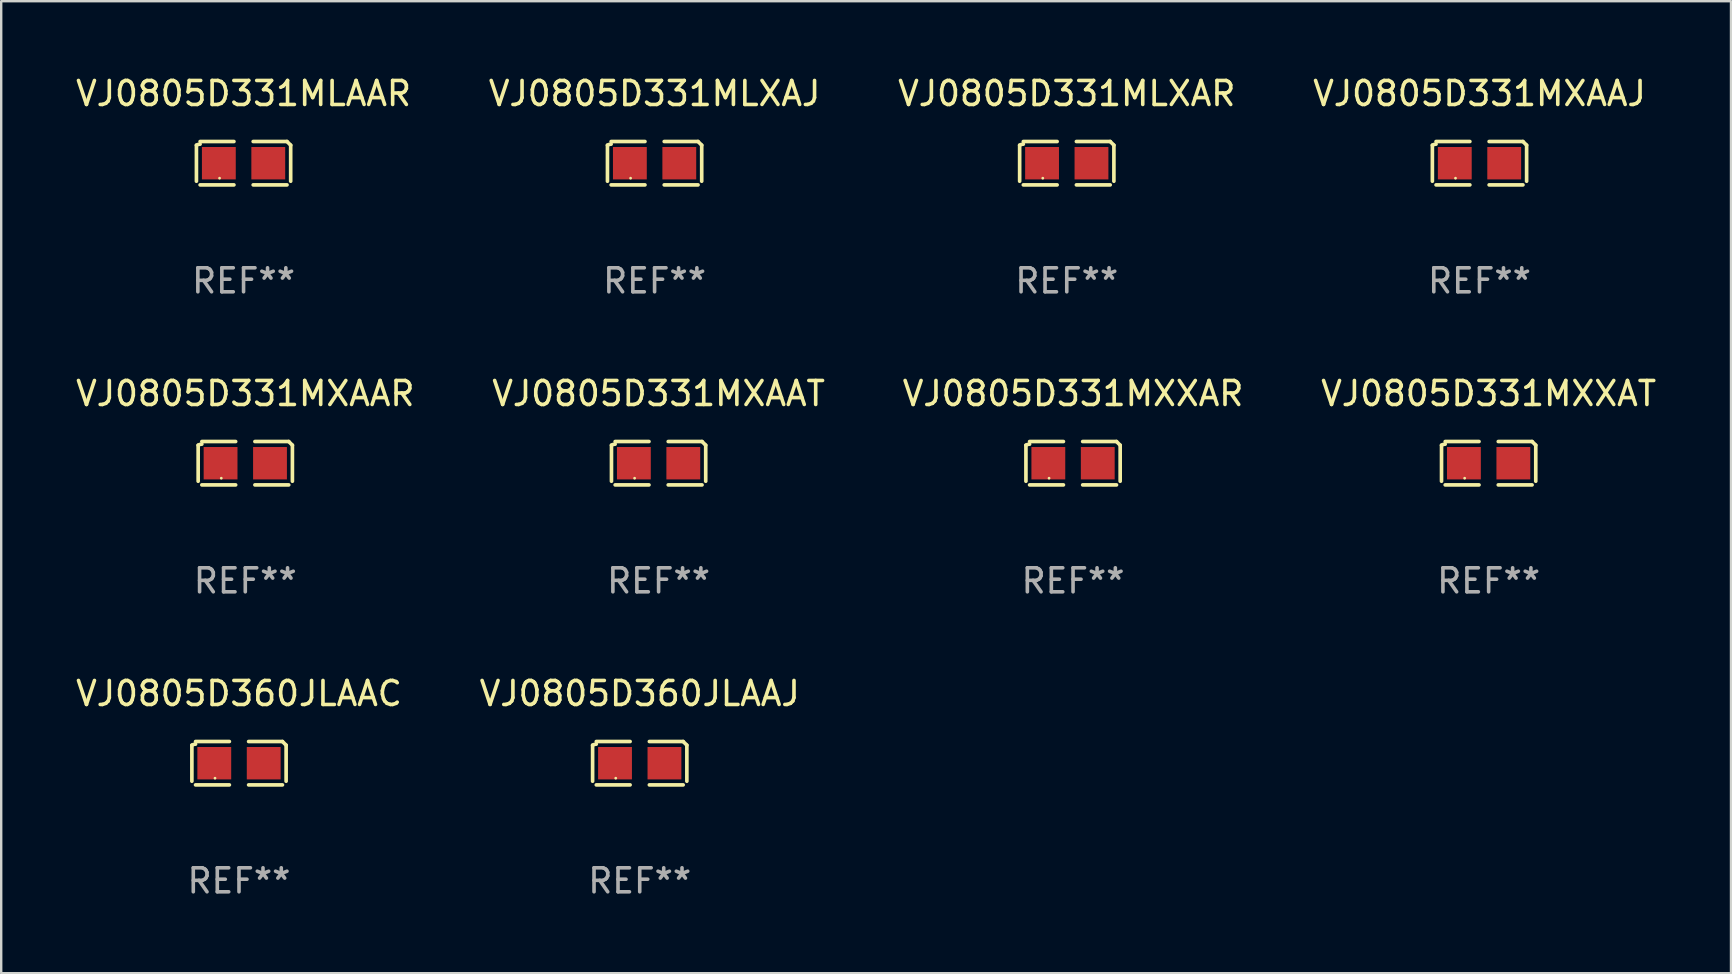
<source format=kicad_pcb>
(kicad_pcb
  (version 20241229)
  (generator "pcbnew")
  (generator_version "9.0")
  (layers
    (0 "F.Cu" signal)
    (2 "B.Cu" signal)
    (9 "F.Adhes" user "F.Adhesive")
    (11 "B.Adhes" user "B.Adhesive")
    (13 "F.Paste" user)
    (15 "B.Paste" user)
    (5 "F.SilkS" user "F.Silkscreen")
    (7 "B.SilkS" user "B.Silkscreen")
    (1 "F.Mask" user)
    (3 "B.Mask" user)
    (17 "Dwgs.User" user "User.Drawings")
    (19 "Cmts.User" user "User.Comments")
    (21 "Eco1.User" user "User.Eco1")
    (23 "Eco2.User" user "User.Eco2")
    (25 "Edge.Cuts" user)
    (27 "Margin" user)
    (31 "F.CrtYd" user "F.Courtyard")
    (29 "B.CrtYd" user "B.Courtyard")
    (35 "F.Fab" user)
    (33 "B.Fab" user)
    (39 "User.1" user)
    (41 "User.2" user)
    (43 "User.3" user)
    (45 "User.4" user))
  (footprint "VJ0805D331MXXAR"
    (layer "F.Cu")
    (at 41.673 16.256)
    (property "Reference" "VJ0805D331MXXAR" (at 0 -2.904 0) (layer "F.SilkS") (effects (font (size 1 1) (thickness 0.15))))
    (attr through_hole)
    (fp_line (start -1.964 0.751) (end -1.964 -0.751) (stroke (width 0.152) (type solid)) (layer "F.SilkS"))
    (fp_line (start -1.811 -0.904) (end -0.401 -0.904) (stroke (width 0.152) (type solid)) (layer "F.SilkS"))
    (fp_line (start -0.401 0.904) (end -1.811 0.904) (stroke (width 0.152) (type solid)) (layer "F.SilkS"))
    (fp_line (start 0.401 0.904) (end 1.811 0.904) (stroke (width 0.152) (type solid)) (layer "F.SilkS"))
    (fp_line (start 1.811 -0.904) (end 0.401 -0.904) (stroke (width 0.152) (type solid)) (layer "F.SilkS"))
    (fp_line (start 1.964 0.751) (end 1.964 -0.751) (stroke (width 0.152) (type solid)) (layer "F.SilkS"))
    (fp_arc (start -1.963602 -0.751207) (mid -1.890354 -0.783131) (end -1.811201 -0.794044) (stroke (width 0.1524) (type solid)) (layer "F.SilkS"))
    (fp_arc (start 1.811202 -0.903607) (mid 1.887413 -0.827418) (end 1.963602 -0.751207) (stroke (width 0.1524) (type solid)) (layer "F.SilkS"))
    (fp_circle (center -1 0.625) (end -0.97 0.625) (stroke (width 0.06) (type solid)) (fill no) (layer "F.SilkS"))
    (fp_text user "REF**" (at 0 4.904 0) (layer "F.Fab") (effects (font (size 1 1) (thickness 0.15))))
    (pad "1" smd rect (at -1.03 0) (size 1.41 1.35) (layers "F.Cu" "F.Mask" "F.Paste"))
    (pad "2" smd rect (at 1.03 0) (size 1.41 1.35) (layers "F.Cu" "F.Mask" "F.Paste")))
  (footprint "VJ0805D331MLXAR"
    (layer "F.Cu")
    (at 41.411 3.752)
    (property "Reference" "VJ0805D331MLXAR" (at 0 -2.904 0) (layer "F.SilkS") (effects (font (size 1 1) (thickness 0.15))))
    (attr through_hole)
    (fp_line (start -1.964 0.751) (end -1.964 -0.751) (stroke (width 0.152) (type solid)) (layer "F.SilkS"))
    (fp_line (start -1.811 -0.904) (end -0.401 -0.904) (stroke (width 0.152) (type solid)) (layer "F.SilkS"))
    (fp_line (start -0.401 0.904) (end -1.811 0.904) (stroke (width 0.152) (type solid)) (layer "F.SilkS"))
    (fp_line (start 0.401 0.904) (end 1.811 0.904) (stroke (width 0.152) (type solid)) (layer "F.SilkS"))
    (fp_line (start 1.811 -0.904) (end 0.401 -0.904) (stroke (width 0.152) (type solid)) (layer "F.SilkS"))
    (fp_line (start 1.964 0.751) (end 1.964 -0.751) (stroke (width 0.152) (type solid)) (layer "F.SilkS"))
    (fp_arc (start -1.963602 -0.751207) (mid -1.890354 -0.783131) (end -1.811201 -0.794044) (stroke (width 0.1524) (type solid)) (layer "F.SilkS"))
    (fp_arc (start 1.811202 -0.903607) (mid 1.887413 -0.827418) (end 1.963602 -0.751207) (stroke (width 0.1524) (type solid)) (layer "F.SilkS"))
    (fp_circle (center -1 0.625) (end -0.97 0.625) (stroke (width 0.06) (type solid)) (fill no) (layer "F.SilkS"))
    (fp_text user "REF**" (at 0 4.904 0) (layer "F.Fab") (effects (font (size 1 1) (thickness 0.15))))
    (pad "1" smd rect (at -1.03 0) (size 1.41 1.35) (layers "F.Cu" "F.Mask" "F.Paste"))
    (pad "2" smd rect (at 1.03 0) (size 1.41 1.35) (layers "F.Cu" "F.Mask" "F.Paste")))
  (footprint "VJ0805D331MXAAJ"
    (layer "F.Cu")
    (at 58.613 3.752)
    (property "Reference" "VJ0805D331MXAAJ" (at 0 -2.904 0) (layer "F.SilkS") (effects (font (size 1 1) (thickness 0.15))))
    (attr through_hole)
    (fp_line (start -1.964 0.751) (end -1.964 -0.751) (stroke (width 0.152) (type solid)) (layer "F.SilkS"))
    (fp_line (start -1.811 -0.904) (end -0.401 -0.904) (stroke (width 0.152) (type solid)) (layer "F.SilkS"))
    (fp_line (start -0.401 0.904) (end -1.811 0.904) (stroke (width 0.152) (type solid)) (layer "F.SilkS"))
    (fp_line (start 0.401 0.904) (end 1.811 0.904) (stroke (width 0.152) (type solid)) (layer "F.SilkS"))
    (fp_line (start 1.811 -0.904) (end 0.401 -0.904) (stroke (width 0.152) (type solid)) (layer "F.SilkS"))
    (fp_line (start 1.964 0.751) (end 1.964 -0.751) (stroke (width 0.152) (type solid)) (layer "F.SilkS"))
    (fp_arc (start -1.963602 -0.751207) (mid -1.890354 -0.783131) (end -1.811201 -0.794044) (stroke (width 0.1524) (type solid)) (layer "F.SilkS"))
    (fp_arc (start 1.811202 -0.903607) (mid 1.887413 -0.827418) (end 1.963602 -0.751207) (stroke (width 0.1524) (type solid)) (layer "F.SilkS"))
    (fp_circle (center -1 0.625) (end -0.97 0.625) (stroke (width 0.06) (type solid)) (fill no) (layer "F.SilkS"))
    (fp_text user "REF**" (at 0 4.904 0) (layer "F.Fab") (effects (font (size 1 1) (thickness 0.15))))
    (pad "1" smd rect (at -1.03 0) (size 1.41 1.35) (layers "F.Cu" "F.Mask" "F.Paste"))
    (pad "2" smd rect (at 1.03 0) (size 1.41 1.35) (layers "F.Cu" "F.Mask" "F.Paste")))
  (footprint "VJ0805D331MXXAT"
    (layer "F.Cu")
    (at 58.994 16.256)
    (property "Reference" "VJ0805D331MXXAT" (at 0 -2.904 0) (layer "F.SilkS") (effects (font (size 1 1) (thickness 0.15))))
    (attr through_hole)
    (fp_line (start -1.964 0.751) (end -1.964 -0.751) (stroke (width 0.152) (type solid)) (layer "F.SilkS"))
    (fp_line (start -1.811 -0.904) (end -0.401 -0.904) (stroke (width 0.152) (type solid)) (layer "F.SilkS"))
    (fp_line (start -0.401 0.904) (end -1.811 0.904) (stroke (width 0.152) (type solid)) (layer "F.SilkS"))
    (fp_line (start 0.401 0.904) (end 1.811 0.904) (stroke (width 0.152) (type solid)) (layer "F.SilkS"))
    (fp_line (start 1.811 -0.904) (end 0.401 -0.904) (stroke (width 0.152) (type solid)) (layer "F.SilkS"))
    (fp_line (start 1.964 0.751) (end 1.964 -0.751) (stroke (width 0.152) (type solid)) (layer "F.SilkS"))
    (fp_arc (start -1.963602 -0.751207) (mid -1.890354 -0.783131) (end -1.811201 -0.794044) (stroke (width 0.1524) (type solid)) (layer "F.SilkS"))
    (fp_arc (start 1.811202 -0.903607) (mid 1.887413 -0.827418) (end 1.963602 -0.751207) (stroke (width 0.1524) (type solid)) (layer "F.SilkS"))
    (fp_circle (center -1 0.625) (end -0.97 0.625) (stroke (width 0.06) (type solid)) (fill no) (layer "F.SilkS"))
    (fp_text user "REF**" (at 0 4.904 0) (layer "F.Fab") (effects (font (size 1 1) (thickness 0.15))))
    (pad "1" smd rect (at -1.03 0) (size 1.41 1.35) (layers "F.Cu" "F.Mask" "F.Paste"))
    (pad "2" smd rect (at 1.03 0) (size 1.41 1.35) (layers "F.Cu" "F.Mask" "F.Paste")))
  (footprint "VJ0805D331MXAAR"
    (layer "F.Cu")
    (at 7.173 16.256)
    (property "Reference" "VJ0805D331MXAAR" (at 0 -2.904 0) (layer "F.SilkS") (effects (font (size 1 1) (thickness 0.15))))
    (attr through_hole)
    (fp_line (start -1.964 0.751) (end -1.964 -0.751) (stroke (width 0.152) (type solid)) (layer "F.SilkS"))
    (fp_line (start -1.811 -0.904) (end -0.401 -0.904) (stroke (width 0.152) (type solid)) (layer "F.SilkS"))
    (fp_line (start -0.401 0.904) (end -1.811 0.904) (stroke (width 0.152) (type solid)) (layer "F.SilkS"))
    (fp_line (start 0.401 0.904) (end 1.811 0.904) (stroke (width 0.152) (type solid)) (layer "F.SilkS"))
    (fp_line (start 1.811 -0.904) (end 0.401 -0.904) (stroke (width 0.152) (type solid)) (layer "F.SilkS"))
    (fp_line (start 1.964 0.751) (end 1.964 -0.751) (stroke (width 0.152) (type solid)) (layer "F.SilkS"))
    (fp_arc (start -1.963602 -0.751207) (mid -1.890354 -0.783131) (end -1.811201 -0.794044) (stroke (width 0.1524) (type solid)) (layer "F.SilkS"))
    (fp_arc (start 1.811202 -0.903607) (mid 1.887413 -0.827418) (end 1.963602 -0.751207) (stroke (width 0.1524) (type solid)) (layer "F.SilkS"))
    (fp_circle (center -1 0.625) (end -0.97 0.625) (stroke (width 0.06) (type solid)) (fill no) (layer "F.SilkS"))
    (fp_text user "REF**" (at 0 4.904 0) (layer "F.Fab") (effects (font (size 1 1) (thickness 0.15))))
    (pad "1" smd rect (at -1.03 0) (size 1.41 1.35) (layers "F.Cu" "F.Mask" "F.Paste"))
    (pad "2" smd rect (at 1.03 0) (size 1.41 1.35) (layers "F.Cu" "F.Mask" "F.Paste")))
  (footprint "VJ0805D360JLAAJ"
    (layer "F.Cu")
    (at 23.613 28.759)
    (property "Reference" "VJ0805D360JLAAJ" (at 0 -2.904 0) (layer "F.SilkS") (effects (font (size 1 1) (thickness 0.15))))
    (attr through_hole)
    (fp_line (start -1.964 0.751) (end -1.964 -0.751) (stroke (width 0.152) (type solid)) (layer "F.SilkS"))
    (fp_line (start -1.811 -0.904) (end -0.401 -0.904) (stroke (width 0.152) (type solid)) (layer "F.SilkS"))
    (fp_line (start -0.401 0.904) (end -1.811 0.904) (stroke (width 0.152) (type solid)) (layer "F.SilkS"))
    (fp_line (start 0.401 0.904) (end 1.811 0.904) (stroke (width 0.152) (type solid)) (layer "F.SilkS"))
    (fp_line (start 1.811 -0.904) (end 0.401 -0.904) (stroke (width 0.152) (type solid)) (layer "F.SilkS"))
    (fp_line (start 1.964 0.751) (end 1.964 -0.751) (stroke (width 0.152) (type solid)) (layer "F.SilkS"))
    (fp_arc (start -1.963602 -0.751207) (mid -1.890354 -0.783131) (end -1.811201 -0.794044) (stroke (width 0.1524) (type solid)) (layer "F.SilkS"))
    (fp_arc (start 1.811202 -0.903607) (mid 1.887413 -0.827418) (end 1.963602 -0.751207) (stroke (width 0.1524) (type solid)) (layer "F.SilkS"))
    (fp_circle (center -1 0.625) (end -0.97 0.625) (stroke (width 0.06) (type solid)) (fill no) (layer "F.SilkS"))
    (fp_text user "REF**" (at 0 4.904 0) (layer "F.Fab") (effects (font (size 1 1) (thickness 0.15))))
    (pad "1" smd rect (at -1.03 0) (size 1.41 1.35) (layers "F.Cu" "F.Mask" "F.Paste"))
    (pad "2" smd rect (at 1.03 0) (size 1.41 1.35) (layers "F.Cu" "F.Mask" "F.Paste")))
  (footprint "VJ0805D331MXAAT"
    (layer "F.Cu")
    (at 24.399 16.256)
    (property "Reference" "VJ0805D331MXAAT" (at 0 -2.904 0) (layer "F.SilkS") (effects (font (size 1 1) (thickness 0.15))))
    (attr through_hole)
    (fp_line (start -1.964 0.751) (end -1.964 -0.751) (stroke (width 0.152) (type solid)) (layer "F.SilkS"))
    (fp_line (start -1.811 -0.904) (end -0.401 -0.904) (stroke (width 0.152) (type solid)) (layer "F.SilkS"))
    (fp_line (start -0.401 0.904) (end -1.811 0.904) (stroke (width 0.152) (type solid)) (layer "F.SilkS"))
    (fp_line (start 0.401 0.904) (end 1.811 0.904) (stroke (width 0.152) (type solid)) (layer "F.SilkS"))
    (fp_line (start 1.811 -0.904) (end 0.401 -0.904) (stroke (width 0.152) (type solid)) (layer "F.SilkS"))
    (fp_line (start 1.964 0.751) (end 1.964 -0.751) (stroke (width 0.152) (type solid)) (layer "F.SilkS"))
    (fp_arc (start -1.963602 -0.751207) (mid -1.890354 -0.783131) (end -1.811201 -0.794044) (stroke (width 0.1524) (type solid)) (layer "F.SilkS"))
    (fp_arc (start 1.811202 -0.903607) (mid 1.887413 -0.827418) (end 1.963602 -0.751207) (stroke (width 0.1524) (type solid)) (layer "F.SilkS"))
    (fp_circle (center -1 0.625) (end -0.97 0.625) (stroke (width 0.06) (type solid)) (fill no) (layer "F.SilkS"))
    (fp_text user "REF**" (at 0 4.904 0) (layer "F.Fab") (effects (font (size 1 1) (thickness 0.15))))
    (pad "1" smd rect (at -1.03 0) (size 1.41 1.35) (layers "F.Cu" "F.Mask" "F.Paste"))
    (pad "2" smd rect (at 1.03 0) (size 1.41 1.35) (layers "F.Cu" "F.Mask" "F.Paste")))
  (footprint "VJ0805D331MLAAR"
    (layer "F.Cu")
    (at 7.101 3.752)
    (property "Reference" "VJ0805D331MLAAR" (at 0 -2.904 0) (layer "F.SilkS") (effects (font (size 1 1) (thickness 0.15))))
    (attr through_hole)
    (fp_line (start -1.964 0.751) (end -1.964 -0.751) (stroke (width 0.152) (type solid)) (layer "F.SilkS"))
    (fp_line (start -1.811 -0.904) (end -0.401 -0.904) (stroke (width 0.152) (type solid)) (layer "F.SilkS"))
    (fp_line (start -0.401 0.904) (end -1.811 0.904) (stroke (width 0.152) (type solid)) (layer "F.SilkS"))
    (fp_line (start 0.401 0.904) (end 1.811 0.904) (stroke (width 0.152) (type solid)) (layer "F.SilkS"))
    (fp_line (start 1.811 -0.904) (end 0.401 -0.904) (stroke (width 0.152) (type solid)) (layer "F.SilkS"))
    (fp_line (start 1.964 0.751) (end 1.964 -0.751) (stroke (width 0.152) (type solid)) (layer "F.SilkS"))
    (fp_arc (start -1.963602 -0.751207) (mid -1.890354 -0.783131) (end -1.811201 -0.794044) (stroke (width 0.1524) (type solid)) (layer "F.SilkS"))
    (fp_arc (start 1.811202 -0.903607) (mid 1.887413 -0.827418) (end 1.963602 -0.751207) (stroke (width 0.1524) (type solid)) (layer "F.SilkS"))
    (fp_circle (center -1 0.625) (end -0.97 0.625) (stroke (width 0.06) (type solid)) (fill no) (layer "F.SilkS"))
    (fp_text user "REF**" (at 0 4.904 0) (layer "F.Fab") (effects (font (size 1 1) (thickness 0.15))))
    (pad "1" smd rect (at -1.03 0) (size 1.41 1.35) (layers "F.Cu" "F.Mask" "F.Paste"))
    (pad "2" smd rect (at 1.03 0) (size 1.41 1.35) (layers "F.Cu" "F.Mask" "F.Paste")))
  (footprint "VJ0805D331MLXAJ"
    (layer "F.Cu")
    (at 24.232 3.752)
    (property "Reference" "VJ0805D331MLXAJ" (at 0 -2.904 0) (layer "F.SilkS") (effects (font (size 1 1) (thickness 0.15))))
    (attr through_hole)
    (fp_line (start -1.964 0.751) (end -1.964 -0.751) (stroke (width 0.152) (type solid)) (layer "F.SilkS"))
    (fp_line (start -1.811 -0.904) (end -0.401 -0.904) (stroke (width 0.152) (type solid)) (layer "F.SilkS"))
    (fp_line (start -0.401 0.904) (end -1.811 0.904) (stroke (width 0.152) (type solid)) (layer "F.SilkS"))
    (fp_line (start 0.401 0.904) (end 1.811 0.904) (stroke (width 0.152) (type solid)) (layer "F.SilkS"))
    (fp_line (start 1.811 -0.904) (end 0.401 -0.904) (stroke (width 0.152) (type solid)) (layer "F.SilkS"))
    (fp_line (start 1.964 0.751) (end 1.964 -0.751) (stroke (width 0.152) (type solid)) (layer "F.SilkS"))
    (fp_arc (start -1.963602 -0.751207) (mid -1.890354 -0.783131) (end -1.811201 -0.794044) (stroke (width 0.1524) (type solid)) (layer "F.SilkS"))
    (fp_arc (start 1.811202 -0.903607) (mid 1.887413 -0.827418) (end 1.963602 -0.751207) (stroke (width 0.1524) (type solid)) (layer "F.SilkS"))
    (fp_circle (center -1 0.625) (end -0.97 0.625) (stroke (width 0.06) (type solid)) (fill no) (layer "F.SilkS"))
    (fp_text user "REF**" (at 0 4.904 0) (layer "F.Fab") (effects (font (size 1 1) (thickness 0.15))))
    (pad "1" smd rect (at -1.03 0) (size 1.41 1.35) (layers "F.Cu" "F.Mask" "F.Paste"))
    (pad "2" smd rect (at 1.03 0) (size 1.41 1.35) (layers "F.Cu" "F.Mask" "F.Paste")))
  (footprint "VJ0805D360JLAAC"
    (layer "F.Cu")
    (at 6.911 28.759)
    (property "Reference" "VJ0805D360JLAAC" (at 0 -2.904 0) (layer "F.SilkS") (effects (font (size 1 1) (thickness 0.15))))
    (attr through_hole)
    (fp_line (start -1.964 0.751) (end -1.964 -0.751) (stroke (width 0.152) (type solid)) (layer "F.SilkS"))
    (fp_line (start -1.811 -0.904) (end -0.401 -0.904) (stroke (width 0.152) (type solid)) (layer "F.SilkS"))
    (fp_line (start -0.401 0.904) (end -1.811 0.904) (stroke (width 0.152) (type solid)) (layer "F.SilkS"))
    (fp_line (start 0.401 0.904) (end 1.811 0.904) (stroke (width 0.152) (type solid)) (layer "F.SilkS"))
    (fp_line (start 1.811 -0.904) (end 0.401 -0.904) (stroke (width 0.152) (type solid)) (layer "F.SilkS"))
    (fp_line (start 1.964 0.751) (end 1.964 -0.751) (stroke (width 0.152) (type solid)) (layer "F.SilkS"))
    (fp_arc (start -1.963602 -0.751207) (mid -1.890354 -0.783131) (end -1.811201 -0.794044) (stroke (width 0.1524) (type solid)) (layer "F.SilkS"))
    (fp_arc (start 1.811202 -0.903607) (mid 1.887413 -0.827418) (end 1.963602 -0.751207) (stroke (width 0.1524) (type solid)) (layer "F.SilkS"))
    (fp_circle (center -1 0.625) (end -0.97 0.625) (stroke (width 0.06) (type solid)) (fill no) (layer "F.SilkS"))
    (fp_text user "REF**" (at 0 4.904 0) (layer "F.Fab") (effects (font (size 1 1) (thickness 0.15))))
    (pad "1" smd rect (at -1.03 0) (size 1.41 1.35) (layers "F.Cu" "F.Mask" "F.Paste"))
    (pad "2" smd rect (at 1.03 0) (size 1.41 1.35) (layers "F.Cu" "F.Mask" "F.Paste")))
  (gr_rect
    (start -3 -3)
    (end 69.095 37.511)
    (stroke (width 0.1) (type default))
    (fill no)
    (layer "Edge.Cuts")))
</source>
